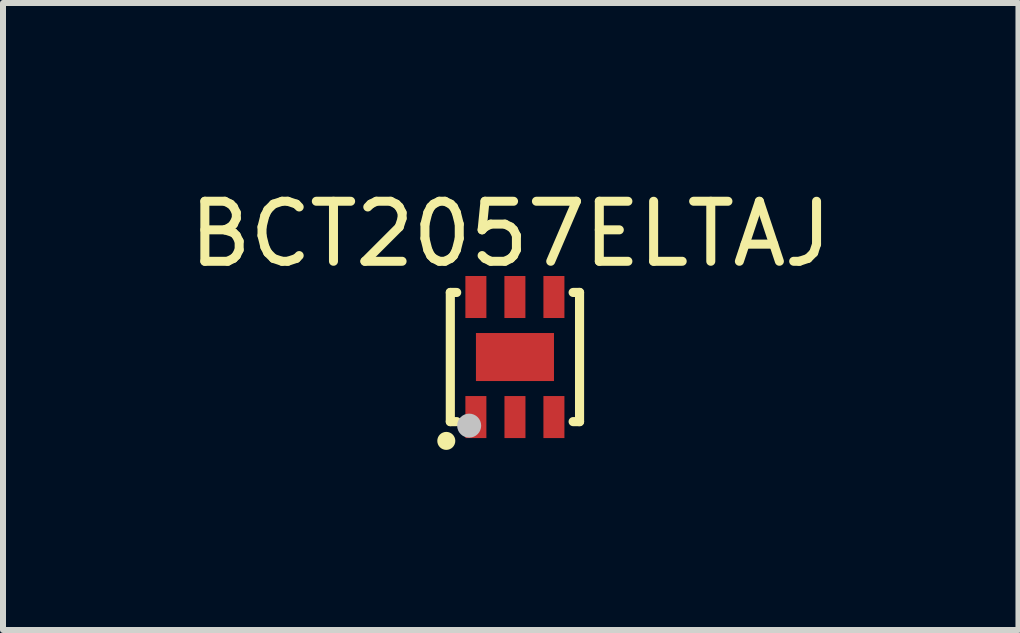
<source format=kicad_pcb>
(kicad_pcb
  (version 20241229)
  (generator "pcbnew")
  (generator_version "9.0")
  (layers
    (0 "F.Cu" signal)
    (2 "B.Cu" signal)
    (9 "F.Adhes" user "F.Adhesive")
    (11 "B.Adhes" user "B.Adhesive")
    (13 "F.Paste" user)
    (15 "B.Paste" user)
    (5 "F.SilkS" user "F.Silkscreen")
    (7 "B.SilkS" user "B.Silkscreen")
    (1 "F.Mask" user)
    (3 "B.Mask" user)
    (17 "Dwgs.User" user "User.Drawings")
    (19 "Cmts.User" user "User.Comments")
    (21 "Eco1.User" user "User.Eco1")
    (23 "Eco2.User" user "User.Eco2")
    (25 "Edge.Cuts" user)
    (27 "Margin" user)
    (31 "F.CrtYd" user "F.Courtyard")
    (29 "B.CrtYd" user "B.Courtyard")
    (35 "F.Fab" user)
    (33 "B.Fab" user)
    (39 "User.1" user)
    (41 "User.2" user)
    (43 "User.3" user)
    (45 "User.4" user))
  (footprint "BCT2057ELTAJ"
    (layer "F.Cu")
    (at 5.528 2.898)
    (property "Reference" "BCT2057ELTAJ" (at -0.07 -2.05 0) (layer "F.SilkS") (effects (font (size 1 1) (thickness 0.15))))
    (fp_line (start -1.076 -1.076) (end -0.97 -1.076) (stroke (width 0.152) (type default)) (layer "F.SilkS"))
    (fp_line (start -1.076 1.076) (end -1.076 -1.076) (stroke (width 0.152) (type default)) (layer "F.SilkS"))
    (fp_line (start -1.076 1.076) (end -0.97 1.076) (stroke (width 0.152) (type default)) (layer "F.SilkS"))
    (fp_line (start 0.97 -1.076) (end 1.077 -1.076) (stroke (width 0.152) (type default)) (layer "F.SilkS"))
    (fp_line (start 0.97 1.076) (end 1.077 1.076) (stroke (width 0.152) (type default)) (layer "F.SilkS"))
    (fp_line (start 1.077 1.077) (end 1.077 -1.077) (stroke (width 0.152) (type default)) (layer "F.SilkS"))
    (fp_circle (center -1.143 1.397) (end -1.068 1.397) (stroke (width 0.15) (type default)) (fill no) (layer "F.SilkS"))
    (fp_circle (center -0.762 1.143) (end -0.662 1.143) (stroke (width 0.2) (type default)) (fill no) (layer "Dwgs.User"))
    (fp_poly (pts (xy -0.775 -1) (xy -0.525 -1) (xy -0.525 -0.65) (xy -0.775 -0.65)) (stroke (width 0.1) (type default)) (fill no) (layer "User.1"))
    (fp_poly (pts (xy -0.775 0.65) (xy -0.525 0.65) (xy -0.525 1) (xy -0.775 1)) (stroke (width 0.1) (type default)) (fill no) (layer "User.1"))
    (fp_poly (pts (xy -0.649 -0.4) (xy 0.65 -0.4) (xy 0.65 0.4) (xy -0.649 0.4)) (stroke (width 0.1) (type default)) (fill no) (layer "User.1"))
    (fp_poly (pts (xy -0.125 -1) (xy 0.125 -1) (xy 0.125 -0.65) (xy -0.125 -0.65)) (stroke (width 0.1) (type default)) (fill no) (layer "User.1"))
    (fp_poly (pts (xy -0.124 0.65) (xy 0.125 0.65) (xy 0.125 1) (xy -0.124 1)) (stroke (width 0.1) (type default)) (fill no) (layer "User.1"))
    (fp_poly (pts (xy 0.525 -1) (xy 0.775 -1) (xy 0.775 -0.65) (xy 0.525 -0.65)) (stroke (width 0.1) (type default)) (fill no) (layer "User.1"))
    (fp_poly (pts (xy 0.525 0.65) (xy 0.775 0.65) (xy 0.775 1) (xy 0.525 1)) (stroke (width 0.1) (type default)) (fill no) (layer "User.1"))
    (fp_line (start -1 -1) (end 1 -1) (stroke (width 0.051) (type default)) (layer "User.2"))
    (fp_line (start -1 1) (end -1 -1) (stroke (width 0.051) (type default)) (layer "User.2"))
    (fp_line (start 1 -1) (end 1 1) (stroke (width 0.051) (type default)) (layer "User.2"))
    (fp_line (start 1 1) (end -1 1) (stroke (width 0.051) (type default)) (layer "User.2"))
    (fp_poly (pts (xy -0.945 0.977) (xy -0.977 0.945) (xy -1.023 0.945) (xy -1.055 0.977) (xy -1.055 1.023) (xy -1.023 1.055) (xy -0.977 1.055) (xy -0.945 1.023)) (stroke (width 0.1) (type default)) (fill no) (layer "User.3"))
    (pad "0" smd rect (at 0.001 0) (size 1.3 0.8) (layers "F.Cu" "F.Mask" "F.Paste"))
    (pad "1" smd rect (at -0.65 1) (size 0.35 0.7) (layers "F.Cu" "F.Mask" "F.Paste"))
    (pad "2" smd rect (at 0.001 1) (size 0.35 0.7) (layers "F.Cu" "F.Mask" "F.Paste"))
    (pad "3" smd rect (at 0.65 1) (size 0.35 0.7) (layers "F.Cu" "F.Mask" "F.Paste"))
    (pad "4" smd rect (at 0.65 -1) (size 0.35 0.7) (layers "F.Cu" "F.Mask" "F.Paste"))
    (pad "5" smd rect (at 0 -1) (size 0.35 0.7) (layers "F.Cu" "F.Mask" "F.Paste"))
    (pad "6" smd rect (at -0.65 -1) (size 0.35 0.7) (layers "F.Cu" "F.Mask" "F.Paste")))
  (gr_rect
    (start -3 -3)
    (end 13.917 7.445)
    (stroke (width 0.1) (type default))
    (fill no)
    (layer "Edge.Cuts")))
</source>
